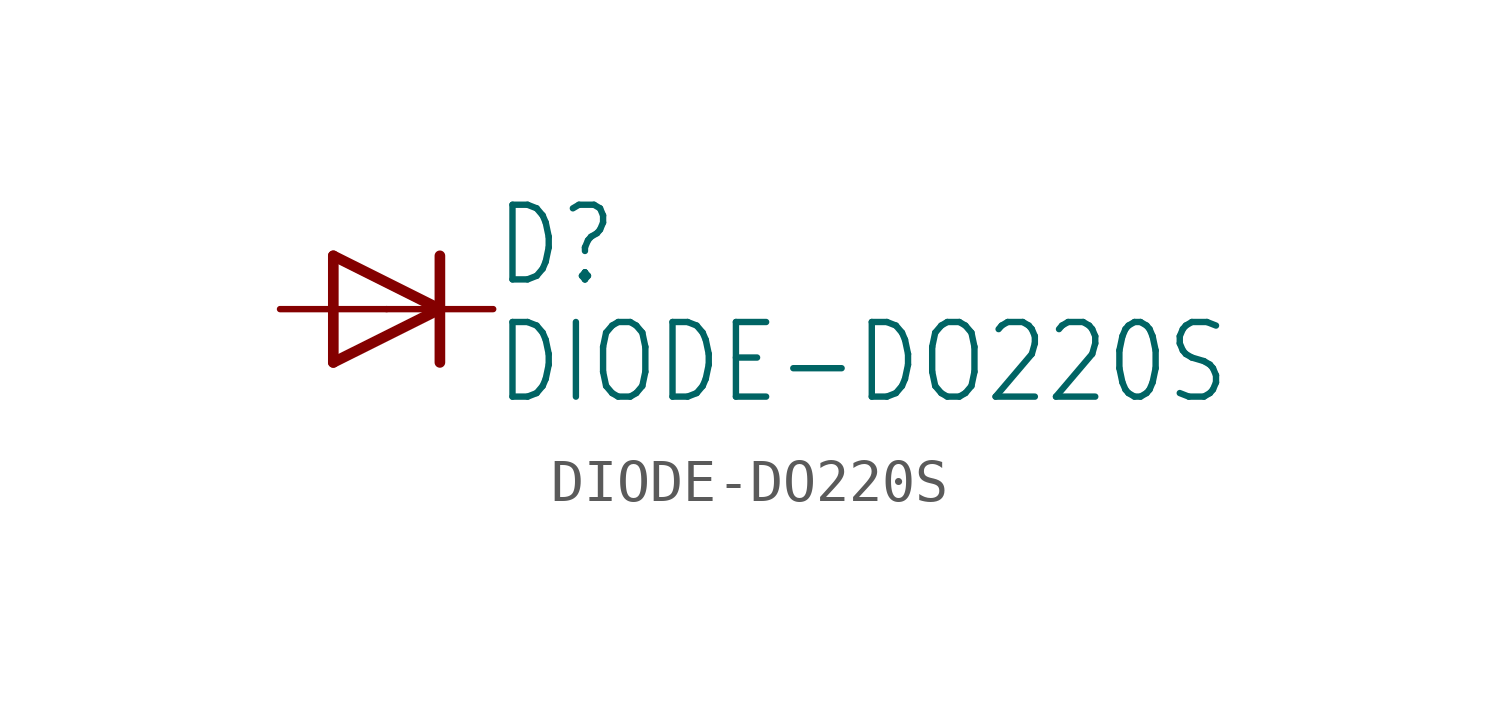
<source format=kicad_sym>
(kicad_symbol_lib
  (version 20211014)
  (generator kicad_symbol_editor)
  (symbol "DIODE-DO220S"
    (property "Reference" "D"
      (at 2.54 0.483 0)
      (effects (font (size 1.778 1.511)) (justify left bottom)))
    (property "Value" "DIODE-DO220S"
      (at 2.54 -2.311 0)
      (effects (font (size 1.778 1.511)) (justify left bottom)))
    (property "ki_locked" ""
      (at 0 0 0)
      (effects (font (size 1.27 1.27))))
    (symbol "DIODE-DO220S_1_0"
      (polyline (pts (xy -1.27 -1.27) (xy 1.27 0)) (stroke (width 0.254) (type default) (color 0 0 0 0)) (fill (type none)))
      (polyline (pts (xy -1.27 1.27) (xy -1.27 -1.27)) (stroke (width 0.254) (type default) (color 0 0 0 0)) (fill (type none)))
      (polyline (pts (xy 1.27 0) (xy -1.27 1.27)) (stroke (width 0.254) (type default) (color 0 0 0 0)) (fill (type none)))
      (polyline (pts (xy 1.27 0) (xy 1.27 -1.27)) (stroke (width 0.254) (type default) (color 0 0 0 0)) (fill (type none)))
      (polyline (pts (xy 1.27 1.27) (xy 1.27 0)) (stroke (width 0.254) (type default) (color 0 0 0 0)) (fill (type none)))
      (pin passive line (at -2.54 0 0) (length 2.54) (name "A" (effects (font (size 0 0)))) (number "A" (effects (font (size 0 0)))))
      (pin passive line (at 2.54 0 180) (length 2.54) (name "C" (effects (font (size 0 0)))) (number "C" (effects (font (size 0 0))))))))
</source>
